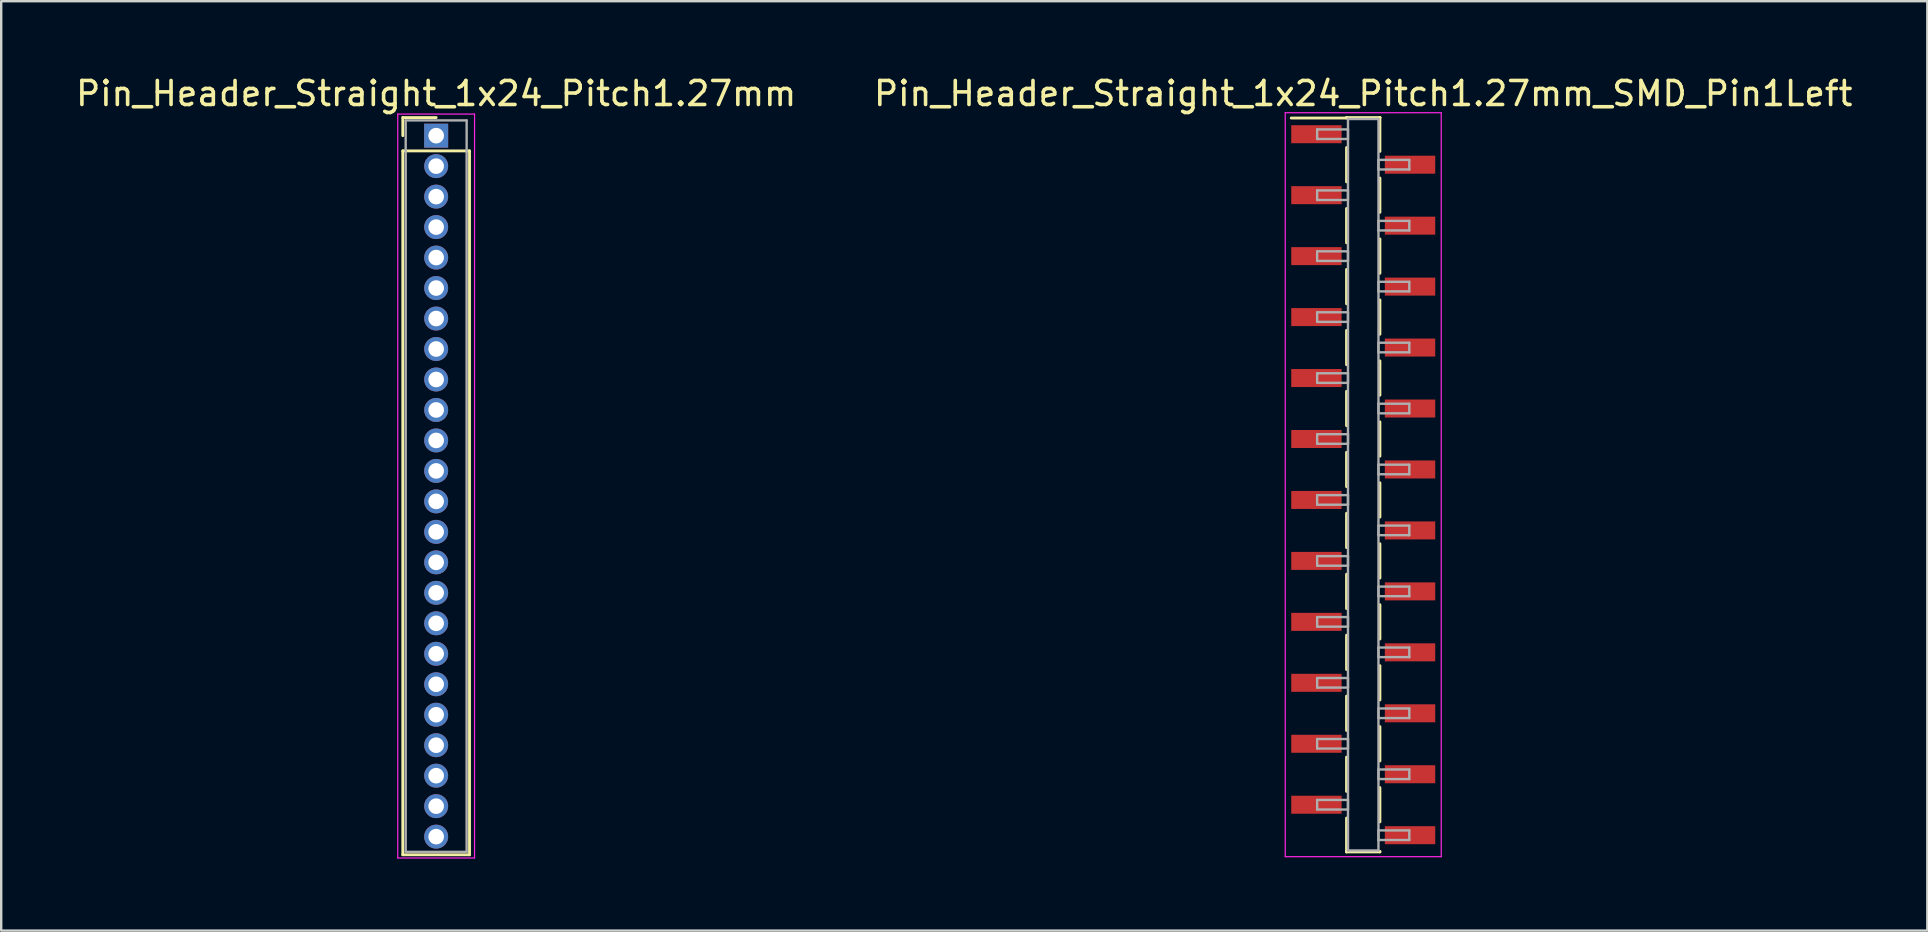
<source format=kicad_pcb>
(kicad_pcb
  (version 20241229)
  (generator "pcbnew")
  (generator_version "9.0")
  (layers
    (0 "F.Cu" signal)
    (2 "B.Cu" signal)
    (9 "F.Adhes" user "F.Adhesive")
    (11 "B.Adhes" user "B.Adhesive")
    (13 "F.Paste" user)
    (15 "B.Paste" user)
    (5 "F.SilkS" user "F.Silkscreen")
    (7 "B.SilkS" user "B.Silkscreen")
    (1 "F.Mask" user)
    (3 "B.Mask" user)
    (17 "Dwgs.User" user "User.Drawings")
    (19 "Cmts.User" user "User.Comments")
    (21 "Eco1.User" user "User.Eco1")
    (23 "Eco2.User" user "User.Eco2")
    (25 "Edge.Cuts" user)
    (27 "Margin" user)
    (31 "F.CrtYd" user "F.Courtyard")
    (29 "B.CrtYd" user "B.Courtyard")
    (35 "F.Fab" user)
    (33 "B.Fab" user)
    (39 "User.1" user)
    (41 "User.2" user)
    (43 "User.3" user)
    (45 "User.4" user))
  (footprint "Pin_Header_Straight_1x24_Pitch1.27mm_SMD_Pin1Left"
    (layer "F.Cu")
    (at 53.756 17.148)
    (property "Reference" "Pin_Header_Straight_1x24_Pitch1.27mm_SMD_Pin1Left" (at 0 -16.3 0) (layer "F.SilkS") (effects (font (size 1 1) (thickness 0.15))))
    (attr smd)
    (fp_line (start -0.695 -15.3) (end 0.695 -15.3) (stroke (width 0.12) (type solid)) (layer "F.SilkS"))
    (fp_line (start -0.695 -15.28) (end -3 -15.28) (stroke (width 0.12) (type solid)) (layer "F.SilkS"))
    (fp_line (start -0.695 -15.28) (end -0.695 -15.3) (stroke (width 0.12) (type solid)) (layer "F.SilkS"))
    (fp_line (start -0.695 -14.05) (end -0.695 -12.62) (stroke (width 0.12) (type solid)) (layer "F.SilkS"))
    (fp_line (start -0.695 -11.51) (end -0.695 -10.08) (stroke (width 0.12) (type solid)) (layer "F.SilkS"))
    (fp_line (start -0.695 -8.97) (end -0.695 -7.54) (stroke (width 0.12) (type solid)) (layer "F.SilkS"))
    (fp_line (start -0.695 -6.43) (end -0.695 -5) (stroke (width 0.12) (type solid)) (layer "F.SilkS"))
    (fp_line (start -0.695 -3.89) (end -0.695 -2.46) (stroke (width 0.12) (type solid)) (layer "F.SilkS"))
    (fp_line (start -0.695 -1.35) (end -0.695 0.08) (stroke (width 0.12) (type solid)) (layer "F.SilkS"))
    (fp_line (start -0.695 1.19) (end -0.695 2.62) (stroke (width 0.12) (type solid)) (layer "F.SilkS"))
    (fp_line (start -0.695 3.73) (end -0.695 5.16) (stroke (width 0.12) (type solid)) (layer "F.SilkS"))
    (fp_line (start -0.695 6.27) (end -0.695 7.7) (stroke (width 0.12) (type solid)) (layer "F.SilkS"))
    (fp_line (start -0.695 8.81) (end -0.695 10.24) (stroke (width 0.12) (type solid)) (layer "F.SilkS"))
    (fp_line (start -0.695 11.35) (end -0.695 12.78) (stroke (width 0.12) (type solid)) (layer "F.SilkS"))
    (fp_line (start -0.695 13.89) (end -0.695 15.3) (stroke (width 0.12) (type solid)) (layer "F.SilkS"))
    (fp_line (start -0.695 15.28) (end -0.695 15.3) (stroke (width 0.12) (type solid)) (layer "F.SilkS"))
    (fp_line (start -0.695 15.3) (end 0.695 15.3) (stroke (width 0.12) (type solid)) (layer "F.SilkS"))
    (fp_line (start 0.695 -15.3) (end 0.695 -15.28) (stroke (width 0.12) (type solid)) (layer "F.SilkS"))
    (fp_line (start 0.695 -15.3) (end 0.695 -13.89) (stroke (width 0.12) (type solid)) (layer "F.SilkS"))
    (fp_line (start 0.695 -12.78) (end 0.695 -11.35) (stroke (width 0.12) (type solid)) (layer "F.SilkS"))
    (fp_line (start 0.695 -10.24) (end 0.695 -8.81) (stroke (width 0.12) (type solid)) (layer "F.SilkS"))
    (fp_line (start 0.695 -7.7) (end 0.695 -6.27) (stroke (width 0.12) (type solid)) (layer "F.SilkS"))
    (fp_line (start 0.695 -5.16) (end 0.695 -3.73) (stroke (width 0.12) (type solid)) (layer "F.SilkS"))
    (fp_line (start 0.695 -2.62) (end 0.695 -1.19) (stroke (width 0.12) (type solid)) (layer "F.SilkS"))
    (fp_line (start 0.695 -0.08) (end 0.695 1.35) (stroke (width 0.12) (type solid)) (layer "F.SilkS"))
    (fp_line (start 0.695 2.46) (end 0.695 3.89) (stroke (width 0.12) (type solid)) (layer "F.SilkS"))
    (fp_line (start 0.695 5) (end 0.695 6.43) (stroke (width 0.12) (type solid)) (layer "F.SilkS"))
    (fp_line (start 0.695 7.54) (end 0.695 8.97) (stroke (width 0.12) (type solid)) (layer "F.SilkS"))
    (fp_line (start 0.695 10.08) (end 0.695 11.51) (stroke (width 0.12) (type solid)) (layer "F.SilkS"))
    (fp_line (start 0.695 12.62) (end 0.695 14.05) (stroke (width 0.12) (type solid)) (layer "F.SilkS"))
    (fp_line (start 0.695 15.3) (end 0.695 15.28) (stroke (width 0.12) (type solid)) (layer "F.SilkS"))
    (fp_line (start -3.25 -15.5) (end -3.25 15.5) (stroke (width 0.05) (type solid)) (layer "F.CrtYd"))
    (fp_line (start -3.25 15.5) (end 3.25 15.5) (stroke (width 0.05) (type solid)) (layer "F.CrtYd"))
    (fp_line (start 3.25 -15.5) (end -3.25 -15.5) (stroke (width 0.05) (type solid)) (layer "F.CrtYd"))
    (fp_line (start 3.25 15.5) (end 3.25 -15.5) (stroke (width 0.05) (type solid)) (layer "F.CrtYd"))
    (fp_line (start -1.92 -14.805) (end -0.635 -14.805) (stroke (width 0.1) (type solid)) (layer "F.Fab"))
    (fp_line (start -1.92 -14.405) (end -1.92 -14.805) (stroke (width 0.1) (type solid)) (layer "F.Fab"))
    (fp_line (start -1.92 -12.265) (end -0.635 -12.265) (stroke (width 0.1) (type solid)) (layer "F.Fab"))
    (fp_line (start -1.92 -11.865) (end -1.92 -12.265) (stroke (width 0.1) (type solid)) (layer "F.Fab"))
    (fp_line (start -1.92 -9.725) (end -0.635 -9.725) (stroke (width 0.1) (type solid)) (layer "F.Fab"))
    (fp_line (start -1.92 -9.325) (end -1.92 -9.725) (stroke (width 0.1) (type solid)) (layer "F.Fab"))
    (fp_line (start -1.92 -7.185) (end -0.635 -7.185) (stroke (width 0.1) (type solid)) (layer "F.Fab"))
    (fp_line (start -1.92 -6.785) (end -1.92 -7.185) (stroke (width 0.1) (type solid)) (layer "F.Fab"))
    (fp_line (start -1.92 -4.645) (end -0.635 -4.645) (stroke (width 0.1) (type solid)) (layer "F.Fab"))
    (fp_line (start -1.92 -4.245) (end -1.92 -4.645) (stroke (width 0.1) (type solid)) (layer "F.Fab"))
    (fp_line (start -1.92 -2.105) (end -0.635 -2.105) (stroke (width 0.1) (type solid)) (layer "F.Fab"))
    (fp_line (start -1.92 -1.705) (end -1.92 -2.105) (stroke (width 0.1) (type solid)) (layer "F.Fab"))
    (fp_line (start -1.92 0.435) (end -0.635 0.435) (stroke (width 0.1) (type solid)) (layer "F.Fab"))
    (fp_line (start -1.92 0.835) (end -1.92 0.435) (stroke (width 0.1) (type solid)) (layer "F.Fab"))
    (fp_line (start -1.92 2.975) (end -0.635 2.975) (stroke (width 0.1) (type solid)) (layer "F.Fab"))
    (fp_line (start -1.92 3.375) (end -1.92 2.975) (stroke (width 0.1) (type solid)) (layer "F.Fab"))
    (fp_line (start -1.92 5.515) (end -0.635 5.515) (stroke (width 0.1) (type solid)) (layer "F.Fab"))
    (fp_line (start -1.92 5.915) (end -1.92 5.515) (stroke (width 0.1) (type solid)) (layer "F.Fab"))
    (fp_line (start -1.92 8.055) (end -0.635 8.055) (stroke (width 0.1) (type solid)) (layer "F.Fab"))
    (fp_line (start -1.92 8.455) (end -1.92 8.055) (stroke (width 0.1) (type solid)) (layer "F.Fab"))
    (fp_line (start -1.92 10.595) (end -0.635 10.595) (stroke (width 0.1) (type solid)) (layer "F.Fab"))
    (fp_line (start -1.92 10.995) (end -1.92 10.595) (stroke (width 0.1) (type solid)) (layer "F.Fab"))
    (fp_line (start -1.92 13.135) (end -0.635 13.135) (stroke (width 0.1) (type solid)) (layer "F.Fab"))
    (fp_line (start -1.92 13.535) (end -1.92 13.135) (stroke (width 0.1) (type solid)) (layer "F.Fab"))
    (fp_line (start -0.635 -15.24) (end -0.635 15.24) (stroke (width 0.1) (type solid)) (layer "F.Fab"))
    (fp_line (start -0.635 -14.805) (end -0.635 -14.405) (stroke (width 0.1) (type solid)) (layer "F.Fab"))
    (fp_line (start -0.635 -14.405) (end -1.92 -14.405) (stroke (width 0.1) (type solid)) (layer "F.Fab"))
    (fp_line (start -0.635 -12.265) (end -0.635 -11.865) (stroke (width 0.1) (type solid)) (layer "F.Fab"))
    (fp_line (start -0.635 -11.865) (end -1.92 -11.865) (stroke (width 0.1) (type solid)) (layer "F.Fab"))
    (fp_line (start -0.635 -9.725) (end -0.635 -9.325) (stroke (width 0.1) (type solid)) (layer "F.Fab"))
    (fp_line (start -0.635 -9.325) (end -1.92 -9.325) (stroke (width 0.1) (type solid)) (layer "F.Fab"))
    (fp_line (start -0.635 -7.185) (end -0.635 -6.785) (stroke (width 0.1) (type solid)) (layer "F.Fab"))
    (fp_line (start -0.635 -6.785) (end -1.92 -6.785) (stroke (width 0.1) (type solid)) (layer "F.Fab"))
    (fp_line (start -0.635 -4.645) (end -0.635 -4.245) (stroke (width 0.1) (type solid)) (layer "F.Fab"))
    (fp_line (start -0.635 -4.245) (end -1.92 -4.245) (stroke (width 0.1) (type solid)) (layer "F.Fab"))
    (fp_line (start -0.635 -2.105) (end -0.635 -1.705) (stroke (width 0.1) (type solid)) (layer "F.Fab"))
    (fp_line (start -0.635 -1.705) (end -1.92 -1.705) (stroke (width 0.1) (type solid)) (layer "F.Fab"))
    (fp_line (start -0.635 0.435) (end -0.635 0.835) (stroke (width 0.1) (type solid)) (layer "F.Fab"))
    (fp_line (start -0.635 0.835) (end -1.92 0.835) (stroke (width 0.1) (type solid)) (layer "F.Fab"))
    (fp_line (start -0.635 2.975) (end -0.635 3.375) (stroke (width 0.1) (type solid)) (layer "F.Fab"))
    (fp_line (start -0.635 3.375) (end -1.92 3.375) (stroke (width 0.1) (type solid)) (layer "F.Fab"))
    (fp_line (start -0.635 5.515) (end -0.635 5.915) (stroke (width 0.1) (type solid)) (layer "F.Fab"))
    (fp_line (start -0.635 5.915) (end -1.92 5.915) (stroke (width 0.1) (type solid)) (layer "F.Fab"))
    (fp_line (start -0.635 8.055) (end -0.635 8.455) (stroke (width 0.1) (type solid)) (layer "F.Fab"))
    (fp_line (start -0.635 8.455) (end -1.92 8.455) (stroke (width 0.1) (type solid)) (layer "F.Fab"))
    (fp_line (start -0.635 10.595) (end -0.635 10.995) (stroke (width 0.1) (type solid)) (layer "F.Fab"))
    (fp_line (start -0.635 10.995) (end -1.92 10.995) (stroke (width 0.1) (type solid)) (layer "F.Fab"))
    (fp_line (start -0.635 13.135) (end -0.635 13.535) (stroke (width 0.1) (type solid)) (layer "F.Fab"))
    (fp_line (start -0.635 13.535) (end -1.92 13.535) (stroke (width 0.1) (type solid)) (layer "F.Fab"))
    (fp_line (start -0.635 15.24) (end 0.635 15.24) (stroke (width 0.1) (type solid)) (layer "F.Fab"))
    (fp_line (start 0.635 -15.24) (end -0.635 -15.24) (stroke (width 0.1) (type solid)) (layer "F.Fab"))
    (fp_line (start 0.635 -13.535) (end 0.635 -13.135) (stroke (width 0.1) (type solid)) (layer "F.Fab"))
    (fp_line (start 0.635 -13.135) (end 1.92 -13.135) (stroke (width 0.1) (type solid)) (layer "F.Fab"))
    (fp_line (start 0.635 -10.995) (end 0.635 -10.595) (stroke (width 0.1) (type solid)) (layer "F.Fab"))
    (fp_line (start 0.635 -10.595) (end 1.92 -10.595) (stroke (width 0.1) (type solid)) (layer "F.Fab"))
    (fp_line (start 0.635 -8.455) (end 0.635 -8.055) (stroke (width 0.1) (type solid)) (layer "F.Fab"))
    (fp_line (start 0.635 -8.055) (end 1.92 -8.055) (stroke (width 0.1) (type solid)) (layer "F.Fab"))
    (fp_line (start 0.635 -5.915) (end 0.635 -5.515) (stroke (width 0.1) (type solid)) (layer "F.Fab"))
    (fp_line (start 0.635 -5.515) (end 1.92 -5.515) (stroke (width 0.1) (type solid)) (layer "F.Fab"))
    (fp_line (start 0.635 -3.375) (end 0.635 -2.975) (stroke (width 0.1) (type solid)) (layer "F.Fab"))
    (fp_line (start 0.635 -2.975) (end 1.92 -2.975) (stroke (width 0.1) (type solid)) (layer "F.Fab"))
    (fp_line (start 0.635 -0.835) (end 0.635 -0.435) (stroke (width 0.1) (type solid)) (layer "F.Fab"))
    (fp_line (start 0.635 -0.435) (end 1.92 -0.435) (stroke (width 0.1) (type solid)) (layer "F.Fab"))
    (fp_line (start 0.635 1.705) (end 0.635 2.105) (stroke (width 0.1) (type solid)) (layer "F.Fab"))
    (fp_line (start 0.635 2.105) (end 1.92 2.105) (stroke (width 0.1) (type solid)) (layer "F.Fab"))
    (fp_line (start 0.635 4.245) (end 0.635 4.645) (stroke (width 0.1) (type solid)) (layer "F.Fab"))
    (fp_line (start 0.635 4.645) (end 1.92 4.645) (stroke (width 0.1) (type solid)) (layer "F.Fab"))
    (fp_line (start 0.635 6.785) (end 0.635 7.185) (stroke (width 0.1) (type solid)) (layer "F.Fab"))
    (fp_line (start 0.635 7.185) (end 1.92 7.185) (stroke (width 0.1) (type solid)) (layer "F.Fab"))
    (fp_line (start 0.635 9.325) (end 0.635 9.725) (stroke (width 0.1) (type solid)) (layer "F.Fab"))
    (fp_line (start 0.635 9.725) (end 1.92 9.725) (stroke (width 0.1) (type solid)) (layer "F.Fab"))
    (fp_line (start 0.635 11.865) (end 0.635 12.265) (stroke (width 0.1) (type solid)) (layer "F.Fab"))
    (fp_line (start 0.635 12.265) (end 1.92 12.265) (stroke (width 0.1) (type solid)) (layer "F.Fab"))
    (fp_line (start 0.635 14.405) (end 0.635 14.805) (stroke (width 0.1) (type solid)) (layer "F.Fab"))
    (fp_line (start 0.635 14.805) (end 1.92 14.805) (stroke (width 0.1) (type solid)) (layer "F.Fab"))
    (fp_line (start 0.635 15.24) (end 0.635 -15.24) (stroke (width 0.1) (type solid)) (layer "F.Fab"))
    (fp_line (start 1.92 -13.535) (end 0.635 -13.535) (stroke (width 0.1) (type solid)) (layer "F.Fab"))
    (fp_line (start 1.92 -13.135) (end 1.92 -13.535) (stroke (width 0.1) (type solid)) (layer "F.Fab"))
    (fp_line (start 1.92 -10.995) (end 0.635 -10.995) (stroke (width 0.1) (type solid)) (layer "F.Fab"))
    (fp_line (start 1.92 -10.595) (end 1.92 -10.995) (stroke (width 0.1) (type solid)) (layer "F.Fab"))
    (fp_line (start 1.92 -8.455) (end 0.635 -8.455) (stroke (width 0.1) (type solid)) (layer "F.Fab"))
    (fp_line (start 1.92 -8.055) (end 1.92 -8.455) (stroke (width 0.1) (type solid)) (layer "F.Fab"))
    (fp_line (start 1.92 -5.915) (end 0.635 -5.915) (stroke (width 0.1) (type solid)) (layer "F.Fab"))
    (fp_line (start 1.92 -5.515) (end 1.92 -5.915) (stroke (width 0.1) (type solid)) (layer "F.Fab"))
    (fp_line (start 1.92 -3.375) (end 0.635 -3.375) (stroke (width 0.1) (type solid)) (layer "F.Fab"))
    (fp_line (start 1.92 -2.975) (end 1.92 -3.375) (stroke (width 0.1) (type solid)) (layer "F.Fab"))
    (fp_line (start 1.92 -0.835) (end 0.635 -0.835) (stroke (width 0.1) (type solid)) (layer "F.Fab"))
    (fp_line (start 1.92 -0.435) (end 1.92 -0.835) (stroke (width 0.1) (type solid)) (layer "F.Fab"))
    (fp_line (start 1.92 1.705) (end 0.635 1.705) (stroke (width 0.1) (type solid)) (layer "F.Fab"))
    (fp_line (start 1.92 2.105) (end 1.92 1.705) (stroke (width 0.1) (type solid)) (layer "F.Fab"))
    (fp_line (start 1.92 4.245) (end 0.635 4.245) (stroke (width 0.1) (type solid)) (layer "F.Fab"))
    (fp_line (start 1.92 4.645) (end 1.92 4.245) (stroke (width 0.1) (type solid)) (layer "F.Fab"))
    (fp_line (start 1.92 6.785) (end 0.635 6.785) (stroke (width 0.1) (type solid)) (layer "F.Fab"))
    (fp_line (start 1.92 7.185) (end 1.92 6.785) (stroke (width 0.1) (type solid)) (layer "F.Fab"))
    (fp_line (start 1.92 9.325) (end 0.635 9.325) (stroke (width 0.1) (type solid)) (layer "F.Fab"))
    (fp_line (start 1.92 9.725) (end 1.92 9.325) (stroke (width 0.1) (type solid)) (layer "F.Fab"))
    (fp_line (start 1.92 11.865) (end 0.635 11.865) (stroke (width 0.1) (type solid)) (layer "F.Fab"))
    (fp_line (start 1.92 12.265) (end 1.92 11.865) (stroke (width 0.1) (type solid)) (layer "F.Fab"))
    (fp_line (start 1.92 14.405) (end 0.635 14.405) (stroke (width 0.1) (type solid)) (layer "F.Fab"))
    (fp_line (start 1.92 14.805) (end 1.92 14.405) (stroke (width 0.1) (type solid)) (layer "F.Fab"))
    (pad "1" smd rect (at -1.95 -14.605) (size 2.1 0.75) (layers "F.Cu" "F.Mask"))
    (pad "2" smd rect (at 1.95 -13.335) (size 2.1 0.75) (layers "F.Cu" "F.Mask"))
    (pad "3" smd rect (at -1.95 -12.065) (size 2.1 0.75) (layers "F.Cu" "F.Mask"))
    (pad "4" smd rect (at 1.95 -10.795) (size 2.1 0.75) (layers "F.Cu" "F.Mask"))
    (pad "5" smd rect (at -1.95 -9.525) (size 2.1 0.75) (layers "F.Cu" "F.Mask"))
    (pad "6" smd rect (at 1.95 -8.255) (size 2.1 0.75) (layers "F.Cu" "F.Mask"))
    (pad "7" smd rect (at -1.95 -6.985) (size 2.1 0.75) (layers "F.Cu" "F.Mask"))
    (pad "8" smd rect (at 1.95 -5.715) (size 2.1 0.75) (layers "F.Cu" "F.Mask"))
    (pad "9" smd rect (at -1.95 -4.445) (size 2.1 0.75) (layers "F.Cu" "F.Mask"))
    (pad "10" smd rect (at 1.95 -3.175) (size 2.1 0.75) (layers "F.Cu" "F.Mask"))
    (pad "11" smd rect (at -1.95 -1.905) (size 2.1 0.75) (layers "F.Cu" "F.Mask"))
    (pad "12" smd rect (at 1.95 -0.635) (size 2.1 0.75) (layers "F.Cu" "F.Mask"))
    (pad "13" smd rect (at -1.95 0.635) (size 2.1 0.75) (layers "F.Cu" "F.Mask"))
    (pad "14" smd rect (at 1.95 1.905) (size 2.1 0.75) (layers "F.Cu" "F.Mask"))
    (pad "15" smd rect (at -1.95 3.175) (size 2.1 0.75) (layers "F.Cu" "F.Mask"))
    (pad "16" smd rect (at 1.95 4.445) (size 2.1 0.75) (layers "F.Cu" "F.Mask"))
    (pad "17" smd rect (at -1.95 5.715) (size 2.1 0.75) (layers "F.Cu" "F.Mask"))
    (pad "18" smd rect (at 1.95 6.985) (size 2.1 0.75) (layers "F.Cu" "F.Mask"))
    (pad "19" smd rect (at -1.95 8.255) (size 2.1 0.75) (layers "F.Cu" "F.Mask"))
    (pad "20" smd rect (at 1.95 9.525) (size 2.1 0.75) (layers "F.Cu" "F.Mask"))
    (pad "21" smd rect (at -1.95 10.795) (size 2.1 0.75) (layers "F.Cu" "F.Mask"))
    (pad "22" smd rect (at 1.95 12.065) (size 2.1 0.75) (layers "F.Cu" "F.Mask"))
    (pad "23" smd rect (at -1.95 13.335) (size 2.1 0.75) (layers "F.Cu" "F.Mask"))
    (pad "24" smd rect (at 1.95 14.605) (size 2.1 0.75) (layers "F.Cu" "F.Mask")))
  (footprint "Pin_Header_Straight_1x24_Pitch1.27mm"
    (layer "F.Cu")
    (at 15.125 2.603)
    (property "Reference" "Pin_Header_Straight_1x24_Pitch1.27mm" (at 0 -1.755 0) (layer "F.SilkS") (effects (font (size 1 1) (thickness 0.15))))
    (attr through_hole)
    (fp_line (start -1.39 -0.755) (end 0 -0.755) (stroke (width 0.12) (type solid)) (layer "F.SilkS"))
    (fp_line (start -1.39 0) (end -1.39 -0.755) (stroke (width 0.12) (type solid)) (layer "F.SilkS"))
    (fp_line (start -1.39 0.635) (end -1.39 29.965) (stroke (width 0.12) (type solid)) (layer "F.SilkS"))
    (fp_line (start -1.39 29.965) (end 1.39 29.965) (stroke (width 0.12) (type solid)) (layer "F.SilkS"))
    (fp_line (start 1.39 0.635) (end -1.39 0.635) (stroke (width 0.12) (type solid)) (layer "F.SilkS"))
    (fp_line (start 1.39 29.965) (end 1.39 0.635) (stroke (width 0.12) (type solid)) (layer "F.SilkS"))
    (fp_line (start -1.6 -0.9) (end -1.6 30.1) (stroke (width 0.05) (type solid)) (layer "F.CrtYd"))
    (fp_line (start -1.6 30.1) (end 1.6 30.1) (stroke (width 0.05) (type solid)) (layer "F.CrtYd"))
    (fp_line (start 1.6 -0.9) (end -1.6 -0.9) (stroke (width 0.05) (type solid)) (layer "F.CrtYd"))
    (fp_line (start 1.6 30.1) (end 1.6 -0.9) (stroke (width 0.05) (type solid)) (layer "F.CrtYd"))
    (fp_line (start -1.27 -0.635) (end -1.27 29.845) (stroke (width 0.1) (type solid)) (layer "F.Fab"))
    (fp_line (start -1.27 29.845) (end 1.27 29.845) (stroke (width 0.1) (type solid)) (layer "F.Fab"))
    (fp_line (start 1.27 -0.635) (end -1.27 -0.635) (stroke (width 0.1) (type solid)) (layer "F.Fab"))
    (fp_line (start 1.27 29.845) (end 1.27 -0.635) (stroke (width 0.1) (type solid)) (layer "F.Fab"))
    (pad "1" thru_hole rect (at 0 0) (size 1 1) (drill 0.65) (layers "*.Cu" "*.Mask"))
    (pad "2" thru_hole oval (at 0 1.27) (size 1 1) (drill 0.65) (layers "*.Cu" "*.Mask"))
    (pad "3" thru_hole oval (at 0 2.54) (size 1 1) (drill 0.65) (layers "*.Cu" "*.Mask"))
    (pad "4" thru_hole oval (at 0 3.81) (size 1 1) (drill 0.65) (layers "*.Cu" "*.Mask"))
    (pad "5" thru_hole oval (at 0 5.08) (size 1 1) (drill 0.65) (layers "*.Cu" "*.Mask"))
    (pad "6" thru_hole oval (at 0 6.35) (size 1 1) (drill 0.65) (layers "*.Cu" "*.Mask"))
    (pad "7" thru_hole oval (at 0 7.62) (size 1 1) (drill 0.65) (layers "*.Cu" "*.Mask"))
    (pad "8" thru_hole oval (at 0 8.89) (size 1 1) (drill 0.65) (layers "*.Cu" "*.Mask"))
    (pad "9" thru_hole oval (at 0 10.16) (size 1 1) (drill 0.65) (layers "*.Cu" "*.Mask"))
    (pad "10" thru_hole oval (at 0 11.43) (size 1 1) (drill 0.65) (layers "*.Cu" "*.Mask"))
    (pad "11" thru_hole oval (at 0 12.7) (size 1 1) (drill 0.65) (layers "*.Cu" "*.Mask"))
    (pad "12" thru_hole oval (at 0 13.97) (size 1 1) (drill 0.65) (layers "*.Cu" "*.Mask"))
    (pad "13" thru_hole oval (at 0 15.24) (size 1 1) (drill 0.65) (layers "*.Cu" "*.Mask"))
    (pad "14" thru_hole oval (at 0 16.51) (size 1 1) (drill 0.65) (layers "*.Cu" "*.Mask"))
    (pad "15" thru_hole oval (at 0 17.78) (size 1 1) (drill 0.65) (layers "*.Cu" "*.Mask"))
    (pad "16" thru_hole oval (at 0 19.05) (size 1 1) (drill 0.65) (layers "*.Cu" "*.Mask"))
    (pad "17" thru_hole oval (at 0 20.32) (size 1 1) (drill 0.65) (layers "*.Cu" "*.Mask"))
    (pad "18" thru_hole oval (at 0 21.59) (size 1 1) (drill 0.65) (layers "*.Cu" "*.Mask"))
    (pad "19" thru_hole oval (at 0 22.86) (size 1 1) (drill 0.65) (layers "*.Cu" "*.Mask"))
    (pad "20" thru_hole oval (at 0 24.13) (size 1 1) (drill 0.65) (layers "*.Cu" "*.Mask"))
    (pad "21" thru_hole oval (at 0 25.4) (size 1 1) (drill 0.65) (layers "*.Cu" "*.Mask"))
    (pad "22" thru_hole oval (at 0 26.67) (size 1 1) (drill 0.65) (layers "*.Cu" "*.Mask"))
    (pad "23" thru_hole oval (at 0 27.94) (size 1 1) (drill 0.65) (layers "*.Cu" "*.Mask"))
    (pad "24" thru_hole oval (at 0 29.21) (size 1 1) (drill 0.65) (layers "*.Cu" "*.Mask")))
  (gr_rect
    (start -3 -3)
    (end 77.262 35.728)
    (stroke (width 0.1) (type default))
    (fill no)
    (layer "Edge.Cuts")))
</source>
